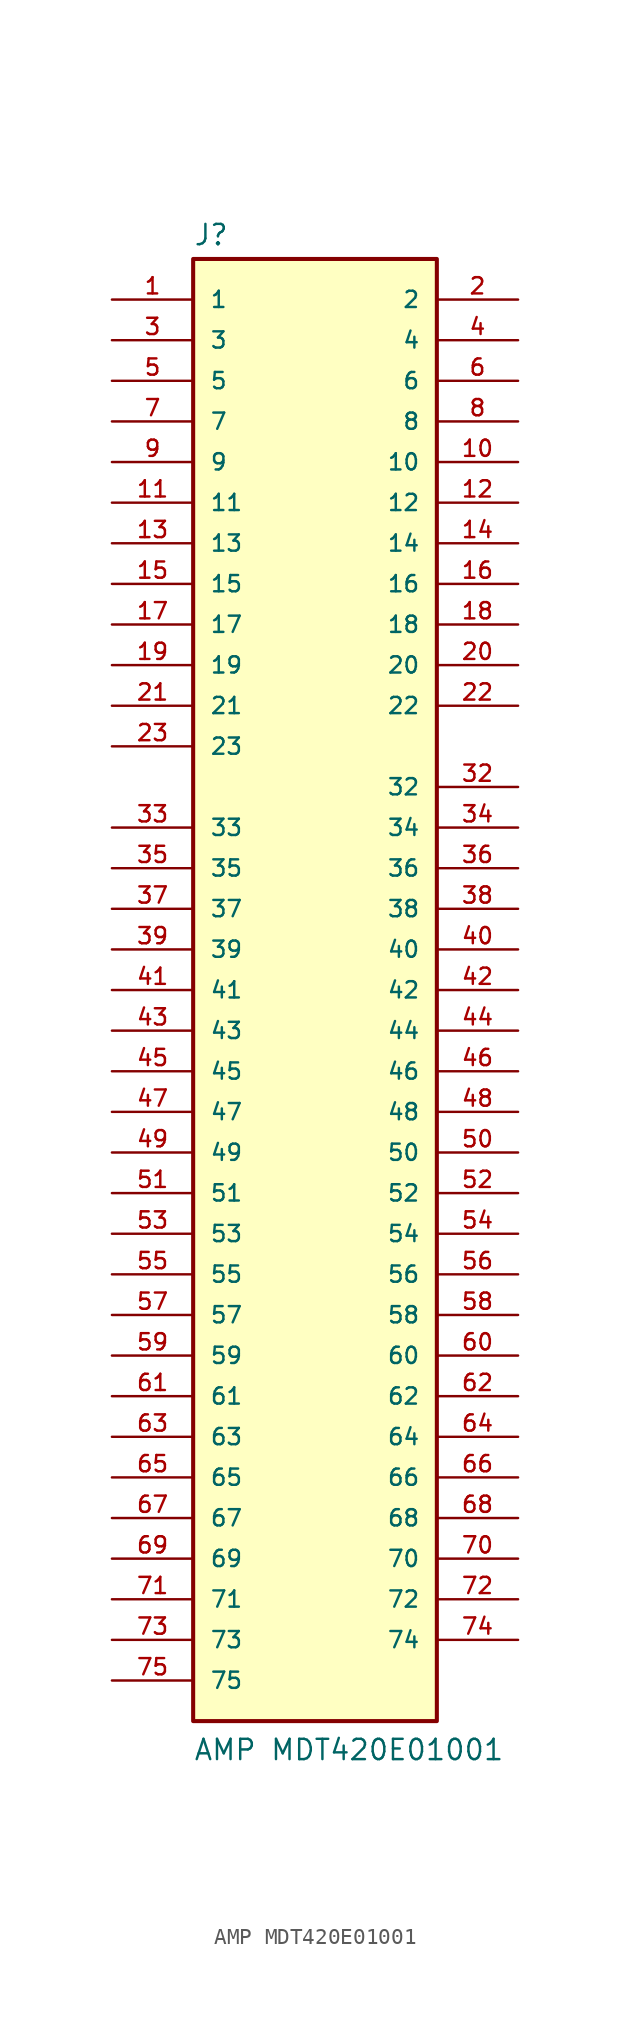
<source format=kicad_sym>
(kicad_symbol_lib
  (version 20231120)
  (generator "kicad_symbol_editor")
  (generator_version "8.0")
  (symbol "AMP MDT420E01001"
    (pin_names
      (offset 1.016))
    (property "Reference" "J"
      (at -7.62 46.482 0)
      (effects (font (size 1.27 1.27)) (justify left bottom)))
    (property "Value" "AMP MDT420E01001"
      (at -7.62 -48.26 0)
      (effects (font (size 1.27 1.27)) (justify left bottom)))
    (symbol "AMP MDT420E01001_0_0"
      (rectangle (start -7.62 -45.72) (end 7.62 45.72) (stroke (width 0.254) (type default)) (fill (type background)))
      (pin passive line (at -12.7 43.18 0) (length 5.08) (name "1" (effects (font (size 1.016 1.016)))) (number "1" (effects (font (size 1.016 1.016)))))
      (pin passive line (at 12.7 33.02 180) (length 5.08) (name "10" (effects (font (size 1.016 1.016)))) (number "10" (effects (font (size 1.016 1.016)))))
      (pin passive line (at -12.7 30.48 0) (length 5.08) (name "11" (effects (font (size 1.016 1.016)))) (number "11" (effects (font (size 1.016 1.016)))))
      (pin passive line (at 12.7 30.48 180) (length 5.08) (name "12" (effects (font (size 1.016 1.016)))) (number "12" (effects (font (size 1.016 1.016)))))
      (pin passive line (at -12.7 27.94 0) (length 5.08) (name "13" (effects (font (size 1.016 1.016)))) (number "13" (effects (font (size 1.016 1.016)))))
      (pin passive line (at 12.7 27.94 180) (length 5.08) (name "14" (effects (font (size 1.016 1.016)))) (number "14" (effects (font (size 1.016 1.016)))))
      (pin passive line (at -12.7 25.4 0) (length 5.08) (name "15" (effects (font (size 1.016 1.016)))) (number "15" (effects (font (size 1.016 1.016)))))
      (pin passive line (at 12.7 25.4 180) (length 5.08) (name "16" (effects (font (size 1.016 1.016)))) (number "16" (effects (font (size 1.016 1.016)))))
      (pin passive line (at -12.7 22.86 0) (length 5.08) (name "17" (effects (font (size 1.016 1.016)))) (number "17" (effects (font (size 1.016 1.016)))))
      (pin passive line (at 12.7 22.86 180) (length 5.08) (name "18" (effects (font (size 1.016 1.016)))) (number "18" (effects (font (size 1.016 1.016)))))
      (pin passive line (at -12.7 20.32 0) (length 5.08) (name "19" (effects (font (size 1.016 1.016)))) (number "19" (effects (font (size 1.016 1.016)))))
      (pin passive line (at 12.7 43.18 180) (length 5.08) (name "2" (effects (font (size 1.016 1.016)))) (number "2" (effects (font (size 1.016 1.016)))))
      (pin passive line (at 12.7 20.32 180) (length 5.08) (name "20" (effects (font (size 1.016 1.016)))) (number "20" (effects (font (size 1.016 1.016)))))
      (pin passive line (at -12.7 17.78 0) (length 5.08) (name "21" (effects (font (size 1.016 1.016)))) (number "21" (effects (font (size 1.016 1.016)))))
      (pin passive line (at 12.7 17.78 180) (length 5.08) (name "22" (effects (font (size 1.016 1.016)))) (number "22" (effects (font (size 1.016 1.016)))))
      (pin passive line (at -12.7 15.24 0) (length 5.08) (name "23" (effects (font (size 1.016 1.016)))) (number "23" (effects (font (size 1.016 1.016)))))
      (pin passive line (at -12.7 40.64 0) (length 5.08) (name "3" (effects (font (size 1.016 1.016)))) (number "3" (effects (font (size 1.016 1.016)))))
      (pin passive line (at 12.7 12.7 180) (length 5.08) (name "32" (effects (font (size 1.016 1.016)))) (number "32" (effects (font (size 1.016 1.016)))))
      (pin passive line (at -12.7 10.16 0) (length 5.08) (name "33" (effects (font (size 1.016 1.016)))) (number "33" (effects (font (size 1.016 1.016)))))
      (pin passive line (at 12.7 10.16 180) (length 5.08) (name "34" (effects (font (size 1.016 1.016)))) (number "34" (effects (font (size 1.016 1.016)))))
      (pin passive line (at -12.7 7.62 0) (length 5.08) (name "35" (effects (font (size 1.016 1.016)))) (number "35" (effects (font (size 1.016 1.016)))))
      (pin passive line (at 12.7 7.62 180) (length 5.08) (name "36" (effects (font (size 1.016 1.016)))) (number "36" (effects (font (size 1.016 1.016)))))
      (pin passive line (at -12.7 5.08 0) (length 5.08) (name "37" (effects (font (size 1.016 1.016)))) (number "37" (effects (font (size 1.016 1.016)))))
      (pin passive line (at 12.7 5.08 180) (length 5.08) (name "38" (effects (font (size 1.016 1.016)))) (number "38" (effects (font (size 1.016 1.016)))))
      (pin passive line (at -12.7 2.54 0) (length 5.08) (name "39" (effects (font (size 1.016 1.016)))) (number "39" (effects (font (size 1.016 1.016)))))
      (pin passive line (at 12.7 40.64 180) (length 5.08) (name "4" (effects (font (size 1.016 1.016)))) (number "4" (effects (font (size 1.016 1.016)))))
      (pin passive line (at 12.7 2.54 180) (length 5.08) (name "40" (effects (font (size 1.016 1.016)))) (number "40" (effects (font (size 1.016 1.016)))))
      (pin passive line (at -12.7 0 0) (length 5.08) (name "41" (effects (font (size 1.016 1.016)))) (number "41" (effects (font (size 1.016 1.016)))))
      (pin passive line (at 12.7 0 180) (length 5.08) (name "42" (effects (font (size 1.016 1.016)))) (number "42" (effects (font (size 1.016 1.016)))))
      (pin passive line (at -12.7 -2.54 0) (length 5.08) (name "43" (effects (font (size 1.016 1.016)))) (number "43" (effects (font (size 1.016 1.016)))))
      (pin passive line (at 12.7 -2.54 180) (length 5.08) (name "44" (effects (font (size 1.016 1.016)))) (number "44" (effects (font (size 1.016 1.016)))))
      (pin passive line (at -12.7 -5.08 0) (length 5.08) (name "45" (effects (font (size 1.016 1.016)))) (number "45" (effects (font (size 1.016 1.016)))))
      (pin passive line (at 12.7 -5.08 180) (length 5.08) (name "46" (effects (font (size 1.016 1.016)))) (number "46" (effects (font (size 1.016 1.016)))))
      (pin passive line (at -12.7 -7.62 0) (length 5.08) (name "47" (effects (font (size 1.016 1.016)))) (number "47" (effects (font (size 1.016 1.016)))))
      (pin passive line (at 12.7 -7.62 180) (length 5.08) (name "48" (effects (font (size 1.016 1.016)))) (number "48" (effects (font (size 1.016 1.016)))))
      (pin passive line (at -12.7 -10.16 0) (length 5.08) (name "49" (effects (font (size 1.016 1.016)))) (number "49" (effects (font (size 1.016 1.016)))))
      (pin passive line (at -12.7 38.1 0) (length 5.08) (name "5" (effects (font (size 1.016 1.016)))) (number "5" (effects (font (size 1.016 1.016)))))
      (pin passive line (at 12.7 -10.16 180) (length 5.08) (name "50" (effects (font (size 1.016 1.016)))) (number "50" (effects (font (size 1.016 1.016)))))
      (pin passive line (at -12.7 -12.7 0) (length 5.08) (name "51" (effects (font (size 1.016 1.016)))) (number "51" (effects (font (size 1.016 1.016)))))
      (pin passive line (at 12.7 -12.7 180) (length 5.08) (name "52" (effects (font (size 1.016 1.016)))) (number "52" (effects (font (size 1.016 1.016)))))
      (pin passive line (at -12.7 -15.24 0) (length 5.08) (name "53" (effects (font (size 1.016 1.016)))) (number "53" (effects (font (size 1.016 1.016)))))
      (pin passive line (at 12.7 -15.24 180) (length 5.08) (name "54" (effects (font (size 1.016 1.016)))) (number "54" (effects (font (size 1.016 1.016)))))
      (pin passive line (at -12.7 -17.78 0) (length 5.08) (name "55" (effects (font (size 1.016 1.016)))) (number "55" (effects (font (size 1.016 1.016)))))
      (pin passive line (at 12.7 -17.78 180) (length 5.08) (name "56" (effects (font (size 1.016 1.016)))) (number "56" (effects (font (size 1.016 1.016)))))
      (pin passive line (at -12.7 -20.32 0) (length 5.08) (name "57" (effects (font (size 1.016 1.016)))) (number "57" (effects (font (size 1.016 1.016)))))
      (pin passive line (at 12.7 -20.32 180) (length 5.08) (name "58" (effects (font (size 1.016 1.016)))) (number "58" (effects (font (size 1.016 1.016)))))
      (pin passive line (at -12.7 -22.86 0) (length 5.08) (name "59" (effects (font (size 1.016 1.016)))) (number "59" (effects (font (size 1.016 1.016)))))
      (pin passive line (at 12.7 38.1 180) (length 5.08) (name "6" (effects (font (size 1.016 1.016)))) (number "6" (effects (font (size 1.016 1.016)))))
      (pin passive line (at 12.7 -22.86 180) (length 5.08) (name "60" (effects (font (size 1.016 1.016)))) (number "60" (effects (font (size 1.016 1.016)))))
      (pin passive line (at -12.7 -25.4 0) (length 5.08) (name "61" (effects (font (size 1.016 1.016)))) (number "61" (effects (font (size 1.016 1.016)))))
      (pin passive line (at 12.7 -25.4 180) (length 5.08) (name "62" (effects (font (size 1.016 1.016)))) (number "62" (effects (font (size 1.016 1.016)))))
      (pin passive line (at -12.7 -27.94 0) (length 5.08) (name "63" (effects (font (size 1.016 1.016)))) (number "63" (effects (font (size 1.016 1.016)))))
      (pin passive line (at 12.7 -27.94 180) (length 5.08) (name "64" (effects (font (size 1.016 1.016)))) (number "64" (effects (font (size 1.016 1.016)))))
      (pin passive line (at -12.7 -30.48 0) (length 5.08) (name "65" (effects (font (size 1.016 1.016)))) (number "65" (effects (font (size 1.016 1.016)))))
      (pin passive line (at 12.7 -30.48 180) (length 5.08) (name "66" (effects (font (size 1.016 1.016)))) (number "66" (effects (font (size 1.016 1.016)))))
      (pin passive line (at -12.7 -33.02 0) (length 5.08) (name "67" (effects (font (size 1.016 1.016)))) (number "67" (effects (font (size 1.016 1.016)))))
      (pin passive line (at 12.7 -33.02 180) (length 5.08) (name "68" (effects (font (size 1.016 1.016)))) (number "68" (effects (font (size 1.016 1.016)))))
      (pin passive line (at -12.7 -35.56 0) (length 5.08) (name "69" (effects (font (size 1.016 1.016)))) (number "69" (effects (font (size 1.016 1.016)))))
      (pin passive line (at -12.7 35.56 0) (length 5.08) (name "7" (effects (font (size 1.016 1.016)))) (number "7" (effects (font (size 1.016 1.016)))))
      (pin passive line (at 12.7 -35.56 180) (length 5.08) (name "70" (effects (font (size 1.016 1.016)))) (number "70" (effects (font (size 1.016 1.016)))))
      (pin passive line (at -12.7 -38.1 0) (length 5.08) (name "71" (effects (font (size 1.016 1.016)))) (number "71" (effects (font (size 1.016 1.016)))))
      (pin passive line (at 12.7 -38.1 180) (length 5.08) (name "72" (effects (font (size 1.016 1.016)))) (number "72" (effects (font (size 1.016 1.016)))))
      (pin passive line (at -12.7 -40.64 0) (length 5.08) (name "73" (effects (font (size 1.016 1.016)))) (number "73" (effects (font (size 1.016 1.016)))))
      (pin passive line (at 12.7 -40.64 180) (length 5.08) (name "74" (effects (font (size 1.016 1.016)))) (number "74" (effects (font (size 1.016 1.016)))))
      (pin passive line (at -12.7 -43.18 0) (length 5.08) (name "75" (effects (font (size 1.016 1.016)))) (number "75" (effects (font (size 1.016 1.016)))))
      (pin passive line (at 12.7 35.56 180) (length 5.08) (name "8" (effects (font (size 1.016 1.016)))) (number "8" (effects (font (size 1.016 1.016)))))
      (pin passive line (at -12.7 33.02 0) (length 5.08) (name "9" (effects (font (size 1.016 1.016)))) (number "9" (effects (font (size 1.016 1.016))))))))
</source>
